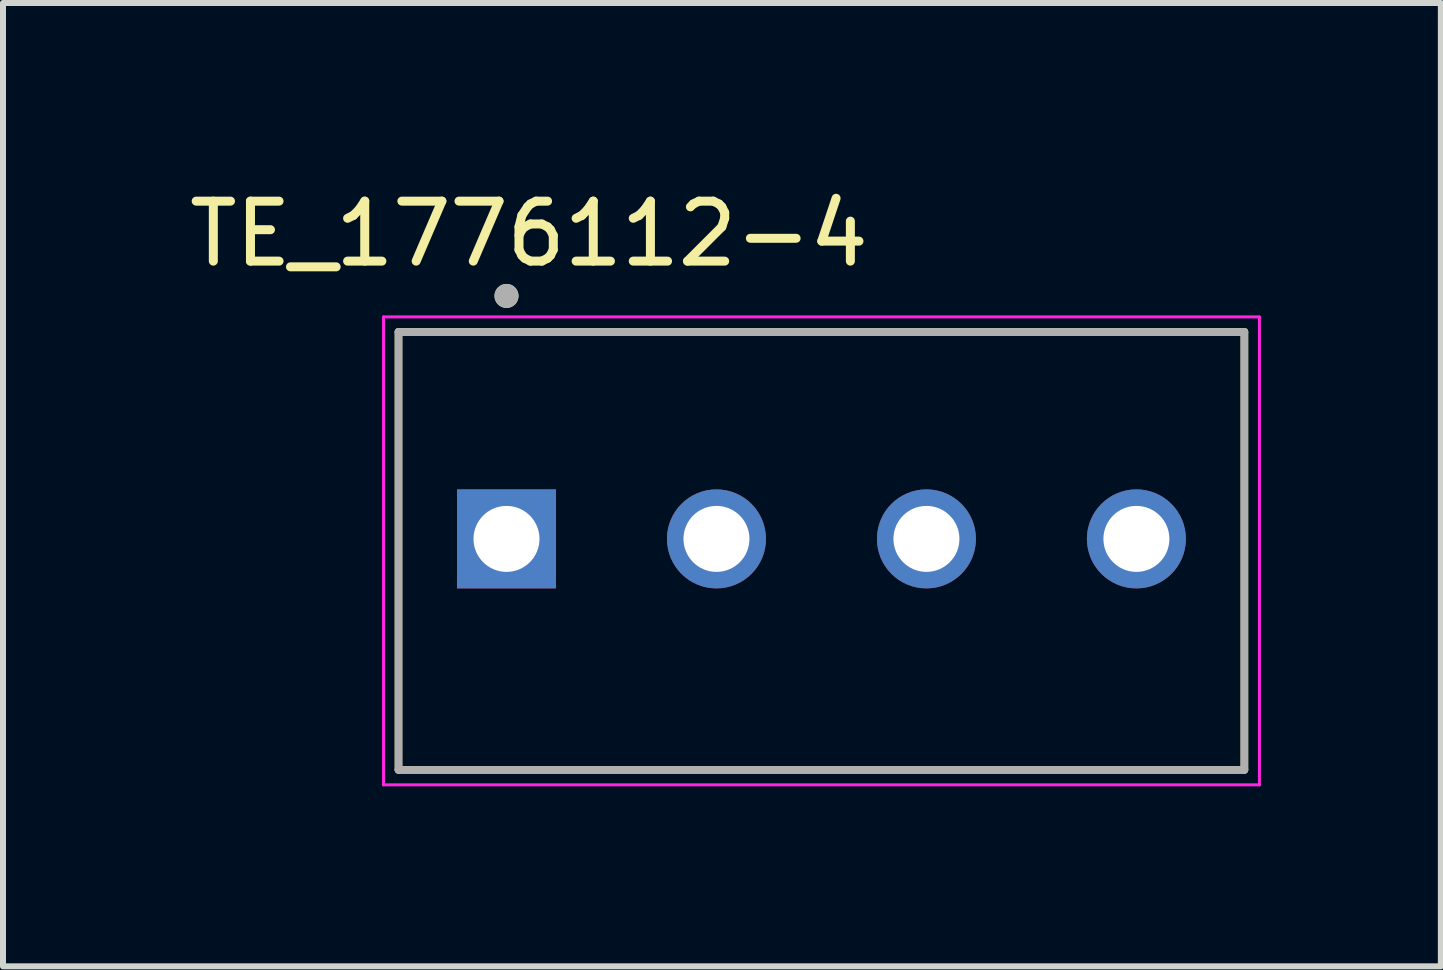
<source format=kicad_pcb>
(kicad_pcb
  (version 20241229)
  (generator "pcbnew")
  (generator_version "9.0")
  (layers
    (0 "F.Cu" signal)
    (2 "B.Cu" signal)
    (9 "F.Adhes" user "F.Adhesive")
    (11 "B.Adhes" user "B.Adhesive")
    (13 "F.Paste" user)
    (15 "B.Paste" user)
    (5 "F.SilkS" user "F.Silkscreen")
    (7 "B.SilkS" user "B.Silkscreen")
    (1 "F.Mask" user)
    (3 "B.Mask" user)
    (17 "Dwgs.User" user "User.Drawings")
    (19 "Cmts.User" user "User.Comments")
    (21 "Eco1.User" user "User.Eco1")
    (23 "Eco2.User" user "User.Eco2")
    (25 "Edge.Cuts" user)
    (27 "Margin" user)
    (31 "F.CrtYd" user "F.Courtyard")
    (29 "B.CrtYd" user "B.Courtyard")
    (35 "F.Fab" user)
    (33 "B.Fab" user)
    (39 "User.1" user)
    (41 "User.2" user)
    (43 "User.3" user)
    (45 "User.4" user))
  (footprint "TE_1776112-4"
    (layer "F.Cu")
    (at 10.643 5.933)
    (property "Reference" "TE_1776112-4" (at -4.875 -5.085 0) (layer "F.SilkS") (effects (font (size 1 1) (thickness 0.15))))
    (attr through_hole)
    (fp_line (start -7.05 -3.45) (end 7.05 -3.45) (stroke (width 0.127) (type solid)) (layer "F.SilkS"))
    (fp_line (start -7.05 3.85) (end -7.05 -3.45) (stroke (width 0.127) (type solid)) (layer "F.SilkS"))
    (fp_line (start 7.05 -3.45) (end 7.05 3.85) (stroke (width 0.127) (type solid)) (layer "F.SilkS"))
    (fp_line (start 7.05 3.85) (end -7.05 3.85) (stroke (width 0.127) (type solid)) (layer "F.SilkS"))
    (fp_circle (center -5.25 -4.05) (end -5.15 -4.05) (stroke (width 0.2) (type solid)) (fill no) (layer "F.SilkS"))
    (fp_line (start -7.3 -3.7) (end 7.3 -3.7) (stroke (width 0.05) (type solid)) (layer "F.CrtYd"))
    (fp_line (start -7.3 4.1) (end -7.3 -3.7) (stroke (width 0.05) (type solid)) (layer "F.CrtYd"))
    (fp_line (start 7.3 -3.7) (end 7.3 4.1) (stroke (width 0.05) (type solid)) (layer "F.CrtYd"))
    (fp_line (start 7.3 4.1) (end -7.3 4.1) (stroke (width 0.05) (type solid)) (layer "F.CrtYd"))
    (fp_line (start -7.05 -3.45) (end 7.05 -3.45) (stroke (width 0.127) (type solid)) (layer "F.Fab"))
    (fp_line (start -7.05 3.85) (end -7.05 -3.45) (stroke (width 0.127) (type solid)) (layer "F.Fab"))
    (fp_line (start 7.05 -3.45) (end 7.05 3.85) (stroke (width 0.127) (type solid)) (layer "F.Fab"))
    (fp_line (start 7.05 3.85) (end -7.05 3.85) (stroke (width 0.127) (type solid)) (layer "F.Fab"))
    (fp_circle (center -5.25 -4.05) (end -5.15 -4.05) (stroke (width 0.2) (type solid)) (fill no) (layer "F.Fab"))
    (pad "1" thru_hole rect (at -5.25 0) (size 1.65 1.65) (drill 1.1) (layers "*.Cu" "*.Mask"))
    (pad "2" thru_hole circle (at -1.75 0) (size 1.65 1.65) (drill 1.1) (layers "*.Cu" "*.Mask"))
    (pad "3" thru_hole circle (at 1.75 0) (size 1.65 1.65) (drill 1.1) (layers "*.Cu" "*.Mask"))
    (pad "4" thru_hole circle (at 5.25 0) (size 1.65 1.65) (drill 1.1) (layers "*.Cu" "*.Mask")))
  (gr_rect
    (start -3 -3)
    (end 20.968 13.058)
    (stroke (width 0.1) (type default))
    (fill no)
    (layer "Edge.Cuts")))
</source>
